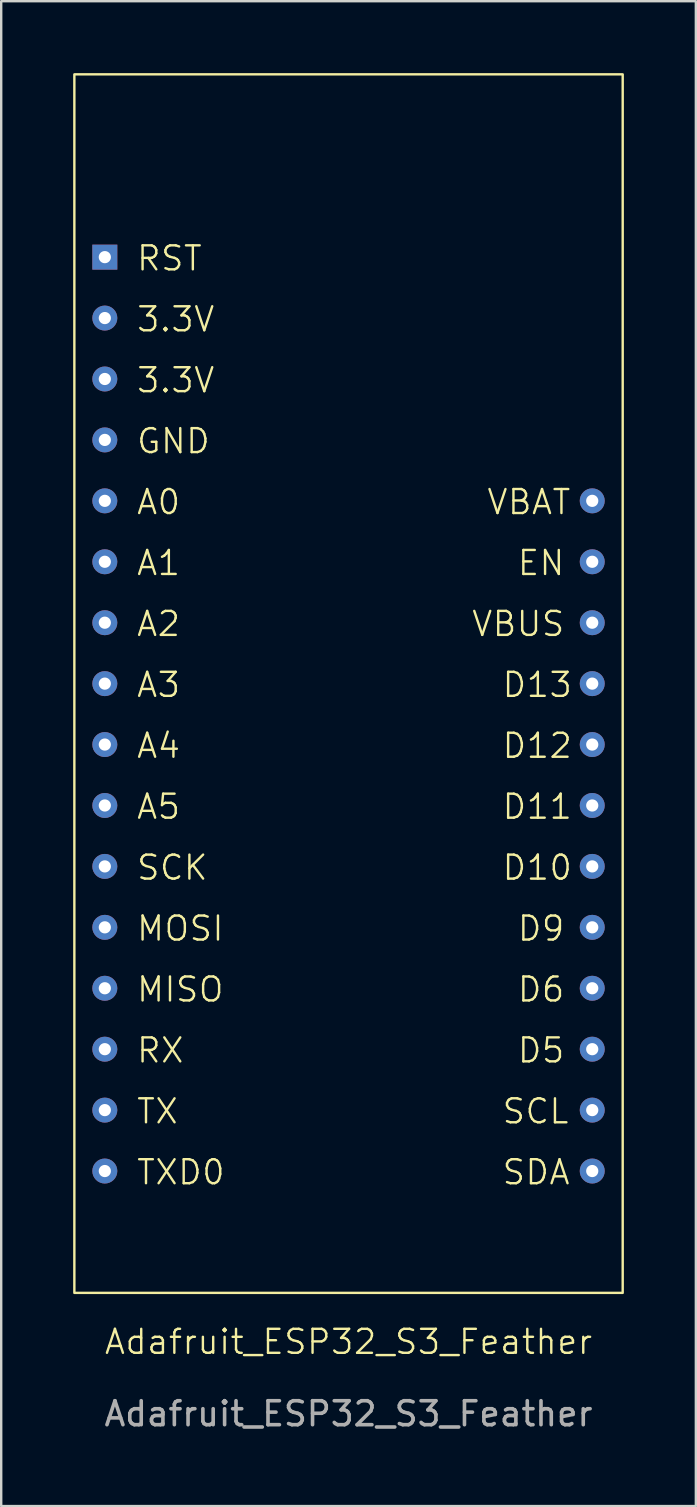
<source format=kicad_pcb>
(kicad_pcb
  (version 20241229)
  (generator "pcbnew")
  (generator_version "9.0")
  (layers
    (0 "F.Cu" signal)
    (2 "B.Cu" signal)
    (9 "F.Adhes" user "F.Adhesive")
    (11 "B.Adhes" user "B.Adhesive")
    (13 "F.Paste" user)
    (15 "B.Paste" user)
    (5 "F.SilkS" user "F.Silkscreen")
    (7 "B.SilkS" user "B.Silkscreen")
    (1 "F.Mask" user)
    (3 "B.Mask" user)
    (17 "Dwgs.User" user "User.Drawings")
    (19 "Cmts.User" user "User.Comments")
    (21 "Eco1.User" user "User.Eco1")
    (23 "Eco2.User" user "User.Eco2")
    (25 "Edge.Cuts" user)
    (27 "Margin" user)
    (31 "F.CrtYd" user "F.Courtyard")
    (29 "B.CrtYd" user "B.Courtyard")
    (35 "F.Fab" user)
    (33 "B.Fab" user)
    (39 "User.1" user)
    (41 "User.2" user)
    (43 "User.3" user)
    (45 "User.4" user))
  (footprint "Adafruit_ESP32_S3_Feather"
    (layer "F.Cu")
    (at 11.48 53.39)
    (property "Reference" "Adafruit_ESP32_S3_Feather" (at 0 -0.5 0) (unlocked yes) (layer "F.SilkS") (effects (font (size 1 1) (thickness 0.1))))
    (attr through_hole)
    (fp_rect (start -11.43 -53.34) (end 11.43 -2.54) (stroke (width 0.1) (type default)) (fill no) (layer "F.SilkS"))
    (fp_text user "RST" (at -8.89 -45.085 0) (unlocked yes) (layer "F.SilkS") (effects (font (size 1 1) (thickness 0.1)) (justify left bottom)))
    (fp_text user "EN" (at 6.985 -32.385 0) (unlocked yes) (layer "F.SilkS") (effects (font (size 1 1) (thickness 0.1)) (justify left bottom)))
    (fp_text user "D12" (at 6.35 -24.765 0) (unlocked yes) (layer "F.SilkS") (effects (font (size 1 1) (thickness 0.1)) (justify left bottom)))
    (fp_text user "SCL" (at 6.35 -9.525 0) (unlocked yes) (layer "F.SilkS") (effects (font (size 1 1) (thickness 0.1)) (justify left bottom)))
    (fp_text user "3.3V" (at -8.89 -42.545 0) (unlocked yes) (layer "F.SilkS") (effects (font (size 1 1) (thickness 0.1)) (justify left bottom)))
    (fp_text user "D13" (at 6.35 -27.305 0) (unlocked yes) (layer "F.SilkS") (effects (font (size 1 1) (thickness 0.1)) (justify left bottom)))
    (fp_text user "D5" (at 6.985 -12.065 0) (unlocked yes) (layer "F.SilkS") (effects (font (size 1 1) (thickness 0.1)) (justify left bottom)))
    (fp_text user "3.3V" (at -8.89 -40.005 0) (unlocked yes) (layer "F.SilkS") (effects (font (size 1 1) (thickness 0.1)) (justify left bottom)))
    (fp_text user "MISO" (at -8.89 -14.605 0) (unlocked yes) (layer "F.SilkS") (effects (font (size 1 1) (thickness 0.1)) (justify left bottom)))
    (fp_text user "A1" (at -8.89 -32.385 0) (unlocked yes) (layer "F.SilkS") (effects (font (size 1 1) (thickness 0.1)) (justify left bottom)))
    (fp_text user "VBUS" (at 5.08 -29.845 0) (unlocked yes) (layer "F.SilkS") (effects (font (size 1 1) (thickness 0.1)) (justify left bottom)))
    (fp_text user "TXD0" (at -8.89 -6.985 0) (unlocked yes) (layer "F.SilkS") (effects (font (size 1 1) (thickness 0.1)) (justify left bottom)))
    (fp_text user "A4" (at -8.89 -24.765 0) (unlocked yes) (layer "F.SilkS") (effects (font (size 1 1) (thickness 0.1)) (justify left bottom)))
    (fp_text user "MOSI" (at -8.89 -17.145 0) (unlocked yes) (layer "F.SilkS") (effects (font (size 1 1) (thickness 0.1)) (justify left bottom)))
    (fp_text user "D9" (at 6.985 -17.145 0) (unlocked yes) (layer "F.SilkS") (effects (font (size 1 1) (thickness 0.1)) (justify left bottom)))
    (fp_text user "A3" (at -8.89 -27.305 0) (unlocked yes) (layer "F.SilkS") (effects (font (size 1 1) (thickness 0.1)) (justify left bottom)))
    (fp_text user "SCK" (at -8.89 -19.685 0) (unlocked yes) (layer "F.SilkS") (effects (font (size 1 1) (thickness 0.1)) (justify left bottom)))
    (fp_text user "TX" (at -8.89 -9.525 0) (unlocked yes) (layer "F.SilkS") (effects (font (size 1 1) (thickness 0.1)) (justify left bottom)))
    (fp_text user "A5" (at -8.89 -22.225 0) (unlocked yes) (layer "F.SilkS") (effects (font (size 1 1) (thickness 0.1)) (justify left bottom)))
    (fp_text user "SDA" (at 6.35 -6.985 0) (unlocked yes) (layer "F.SilkS") (effects (font (size 1 1) (thickness 0.1)) (justify left bottom)))
    (fp_text user "A2" (at -8.89 -29.845 0) (unlocked yes) (layer "F.SilkS") (effects (font (size 1 1) (thickness 0.1)) (justify left bottom)))
    (fp_text user "VBAT" (at 5.715 -34.925 0) (unlocked yes) (layer "F.SilkS") (effects (font (size 1 1) (thickness 0.1)) (justify left bottom)))
    (fp_text user "D6" (at 6.985 -14.605 0) (unlocked yes) (layer "F.SilkS") (effects (font (size 1 1) (thickness 0.1)) (justify left bottom)))
    (fp_text user "D11" (at 6.35 -22.225 0) (unlocked yes) (layer "F.SilkS") (effects (font (size 1 1) (thickness 0.1)) (justify left bottom)))
    (fp_text user "RX" (at -8.89 -12.065 0) (unlocked yes) (layer "F.SilkS") (effects (font (size 1 1) (thickness 0.1)) (justify left bottom)))
    (fp_text user "A0" (at -8.89 -34.925 0) (unlocked yes) (layer "F.SilkS") (effects (font (size 1 1) (thickness 0.1)) (justify left bottom)))
    (fp_text user "D10" (at 6.35 -19.685 0) (unlocked yes) (layer "F.SilkS") (effects (font (size 1 1) (thickness 0.1)) (justify left bottom)))
    (fp_text user "GND" (at -8.89 -37.465 0) (unlocked yes) (layer "F.SilkS") (effects (font (size 1 1) (thickness 0.1)) (justify left bottom)))
    (fp_text user "${REFERENCE}" (at 0 2.5 0) (unlocked yes) (layer "F.Fab") (effects (font (size 1 1) (thickness 0.15))))
    (pad "1" thru_hole rect (at -10.16 -45.72 270) (size 1.041 1.041) (drill 0.508) (layers "*.Cu" "*.Mask"))
    (pad "2" thru_hole circle (at -10.16 -43.18 270) (size 1.041 1.041) (drill 0.508) (layers "*.Cu" "*.Mask"))
    (pad "3" thru_hole circle (at -10.16 -40.64 270) (size 1.041 1.041) (drill 0.508) (layers "*.Cu" "*.Mask"))
    (pad "4" thru_hole circle (at -10.16 -38.1 270) (size 1.041 1.041) (drill 0.508) (layers "*.Cu" "*.Mask"))
    (pad "5" thru_hole circle (at -10.16 -35.56 270) (size 1.041 1.041) (drill 0.508) (layers "*.Cu" "*.Mask"))
    (pad "6" thru_hole circle (at -10.16 -33.02 270) (size 1.041 1.041) (drill 0.508) (layers "*.Cu" "*.Mask"))
    (pad "7" thru_hole circle (at -10.16 -30.48 270) (size 1.041 1.041) (drill 0.508) (layers "*.Cu" "*.Mask"))
    (pad "8" thru_hole circle (at -10.16 -27.94 270) (size 1.041 1.041) (drill 0.508) (layers "*.Cu" "*.Mask"))
    (pad "9" thru_hole circle (at -10.16 -25.4 270) (size 1.041 1.041) (drill 0.508) (layers "*.Cu" "*.Mask"))
    (pad "10" thru_hole circle (at -10.16 -22.86 270) (size 1.041 1.041) (drill 0.508) (layers "*.Cu" "*.Mask"))
    (pad "11" thru_hole circle (at -10.16 -20.32 270) (size 1.041 1.041) (drill 0.508) (layers "*.Cu" "*.Mask"))
    (pad "12" thru_hole circle (at -10.16 -17.78 270) (size 1.041 1.041) (drill 0.508) (layers "*.Cu" "*.Mask"))
    (pad "13" thru_hole circle (at -10.16 -15.24 270) (size 1.041 1.041) (drill 0.508) (layers "*.Cu" "*.Mask"))
    (pad "14" thru_hole circle (at -10.16 -12.7 270) (size 1.041 1.041) (drill 0.508) (layers "*.Cu" "*.Mask"))
    (pad "15" thru_hole circle (at -10.16 -10.16 270) (size 1.041 1.041) (drill 0.508) (layers "*.Cu" "*.Mask"))
    (pad "16" thru_hole circle (at -10.16 -7.62 270) (size 1.041 1.041) (drill 0.508) (layers "*.Cu" "*.Mask"))
    (pad "17" thru_hole circle (at 10.16 -7.62 270) (size 1.041 1.041) (drill 0.508) (layers "*.Cu" "*.Mask"))
    (pad "18" thru_hole circle (at 10.16 -10.16 270) (size 1.041 1.041) (drill 0.508) (layers "*.Cu" "*.Mask"))
    (pad "19" thru_hole circle (at 10.16 -12.7 270) (size 1.041 1.041) (drill 0.508) (layers "*.Cu" "*.Mask"))
    (pad "20" thru_hole circle (at 10.16 -15.24 270) (size 1.041 1.041) (drill 0.508) (layers "*.Cu" "*.Mask"))
    (pad "21" thru_hole circle (at 10.16 -17.78 270) (size 1.041 1.041) (drill 0.508) (layers "*.Cu" "*.Mask"))
    (pad "22" thru_hole circle (at 10.16 -20.32 270) (size 1.041 1.041) (drill 0.508) (layers "*.Cu" "*.Mask"))
    (pad "23" thru_hole circle (at 10.16 -22.86 270) (size 1.041 1.041) (drill 0.508) (layers "*.Cu" "*.Mask"))
    (pad "24" thru_hole circle (at 10.16 -25.4 270) (size 1.041 1.041) (drill 0.508) (layers "*.Cu" "*.Mask"))
    (pad "25" thru_hole circle (at 10.16 -27.94 270) (size 1.041 1.041) (drill 0.508) (layers "*.Cu" "*.Mask"))
    (pad "26" thru_hole circle (at 10.16 -30.48 270) (size 1.041 1.041) (drill 0.508) (layers "*.Cu" "*.Mask"))
    (pad "27" thru_hole circle (at 10.16 -33.02 270) (size 1.041 1.041) (drill 0.508) (layers "*.Cu" "*.Mask"))
    (pad "28" thru_hole circle (at 10.16 -35.56 270) (size 1.041 1.041) (drill 0.508) (layers "*.Cu" "*.Mask")))
  (gr_rect
    (start -3 -3)
    (end 25.96 59.738)
    (stroke (width 0.1) (type default))
    (fill no)
    (layer "Edge.Cuts")))
</source>
